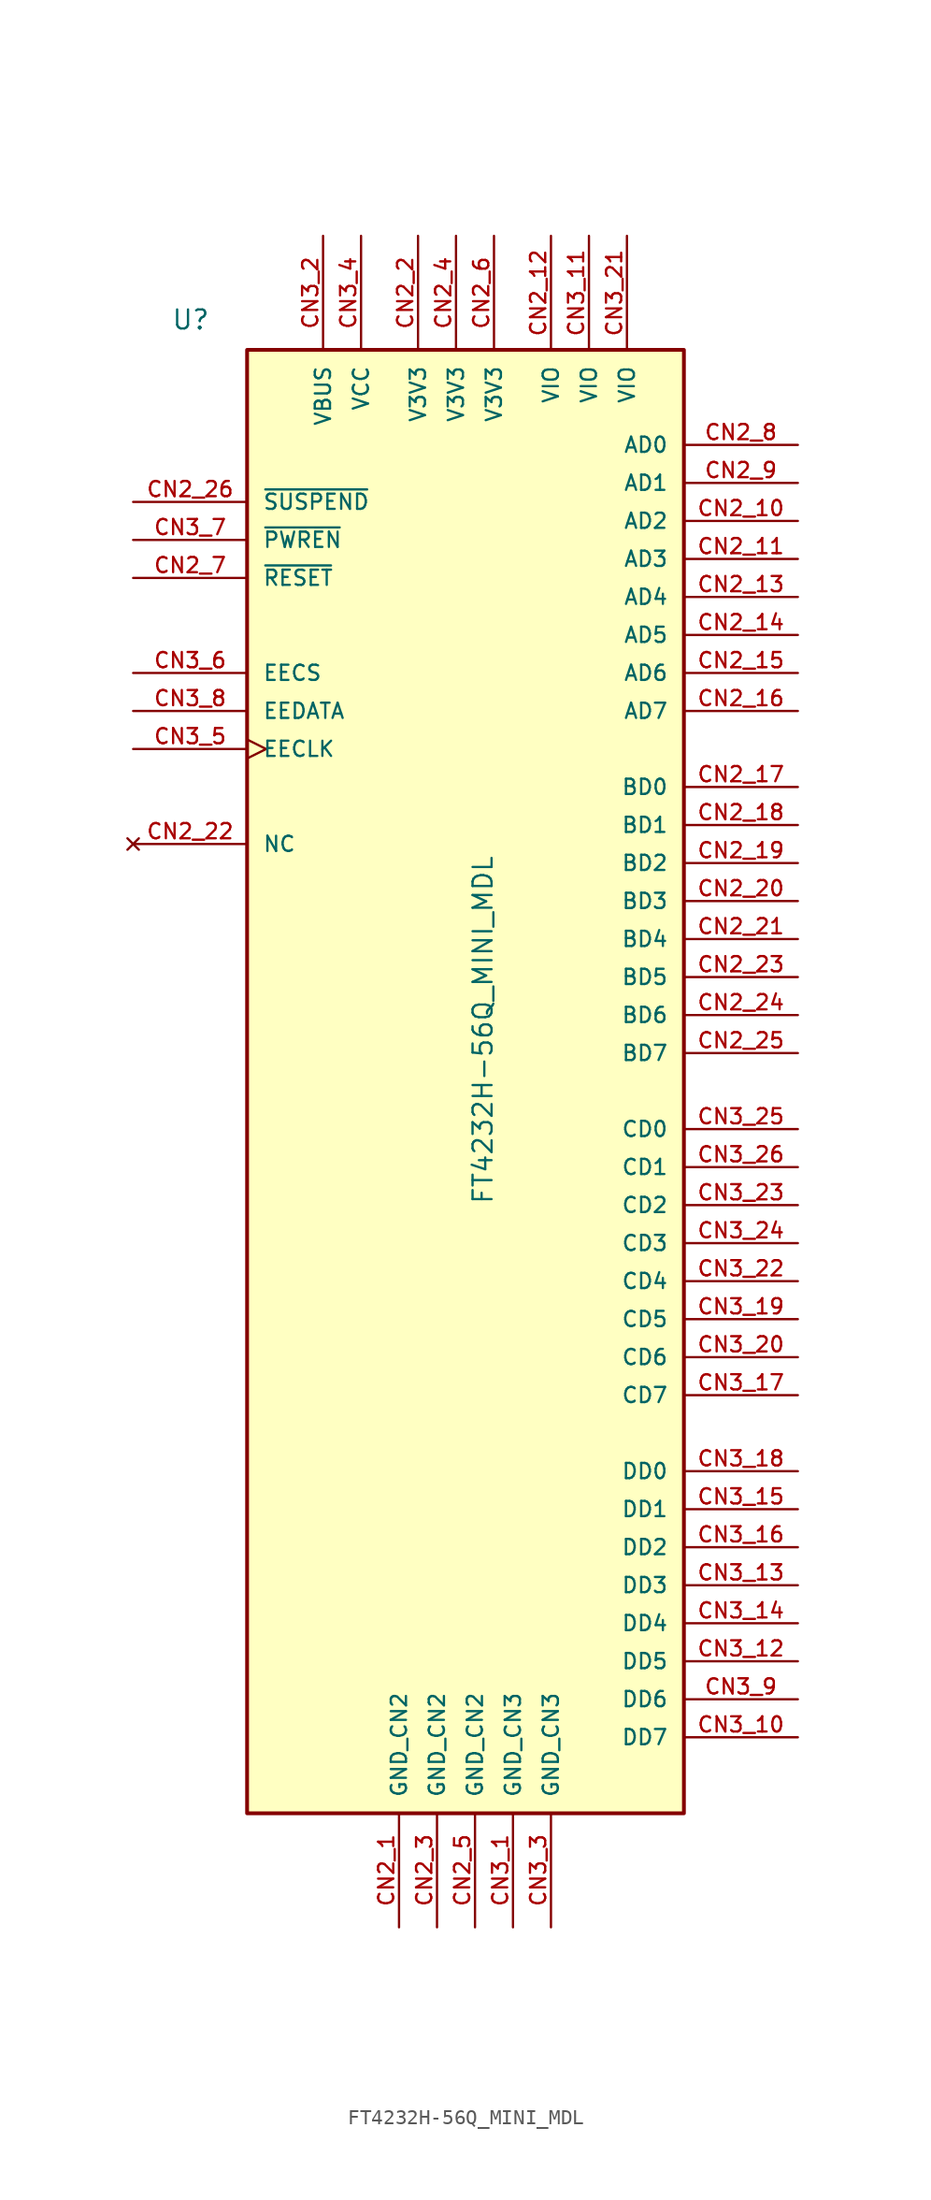
<source format=kicad_sym>
(kicad_symbol_lib
  (version 20211014)
  (generator kicad_symbol_editor)
  (symbol "FT4232H-56Q_MINI_MDL"
    (pin_names
      (offset 1.016))
    (property "Reference" "U"
      (at -21.59 21.59 0)
      (effects (font (size 1.27 1.27)) (justify left bottom)))
    (property "Value" "FT4232H-56Q_MINI_MDL"
      (at 0 -36.83 90)
      (effects (font (size 1.27 1.27)) (justify left bottom)))
    (symbol "FT4232H-56Q_MINI_MDL_1_0"
      (rectangle (start -16.51 20.32) (end 12.7 -77.47) (stroke (width 0.254) (type default) (color 0 0 0 0)) (fill (type background)))
      (pin power_out line (at -6.35 -85.09 90) (length 7.62) (name "GND_CN2" (effects (font (size 1.016 1.016)))) (number "CN2_1" (effects (font (size 1.016 1.016)))))
      (pin bidirectional line (at 20.32 8.89 180) (length 7.62) (name "AD2" (effects (font (size 1.016 1.016)))) (number "CN2_10" (effects (font (size 1.016 1.016)))))
      (pin bidirectional line (at 20.32 6.35 180) (length 7.62) (name "AD3" (effects (font (size 1.016 1.016)))) (number "CN2_11" (effects (font (size 1.016 1.016)))))
      (pin power_out line (at 3.81 27.94 270) (length 7.62) (name "VIO" (effects (font (size 1.016 1.016)))) (number "CN2_12" (effects (font (size 1.016 1.016)))))
      (pin bidirectional line (at 20.32 3.81 180) (length 7.62) (name "AD4" (effects (font (size 1.016 1.016)))) (number "CN2_13" (effects (font (size 1.016 1.016)))))
      (pin bidirectional line (at 20.32 1.27 180) (length 7.62) (name "AD5" (effects (font (size 1.016 1.016)))) (number "CN2_14" (effects (font (size 1.016 1.016)))))
      (pin bidirectional line (at 20.32 -1.27 180) (length 7.62) (name "AD6" (effects (font (size 1.016 1.016)))) (number "CN2_15" (effects (font (size 1.016 1.016)))))
      (pin bidirectional line (at 20.32 -3.81 180) (length 7.62) (name "AD7" (effects (font (size 1.016 1.016)))) (number "CN2_16" (effects (font (size 1.016 1.016)))))
      (pin bidirectional line (at 20.32 -8.89 180) (length 7.62) (name "BD0" (effects (font (size 1.016 1.016)))) (number "CN2_17" (effects (font (size 1.016 1.016)))))
      (pin bidirectional line (at 20.32 -11.43 180) (length 7.62) (name "BD1" (effects (font (size 1.016 1.016)))) (number "CN2_18" (effects (font (size 1.016 1.016)))))
      (pin bidirectional line (at 20.32 -13.97 180) (length 7.62) (name "BD2" (effects (font (size 1.016 1.016)))) (number "CN2_19" (effects (font (size 1.016 1.016)))))
      (pin power_out line (at -5.08 27.94 270) (length 7.62) (name "V3V3" (effects (font (size 1.016 1.016)))) (number "CN2_2" (effects (font (size 1.016 1.016)))))
      (pin bidirectional line (at 20.32 -16.51 180) (length 7.62) (name "BD3" (effects (font (size 1.016 1.016)))) (number "CN2_20" (effects (font (size 1.016 1.016)))))
      (pin bidirectional line (at 20.32 -19.05 180) (length 7.62) (name "BD4" (effects (font (size 1.016 1.016)))) (number "CN2_21" (effects (font (size 1.016 1.016)))))
      (pin no_connect line (at -24.13 -12.7 0) (length 7.62) (name "NC" (effects (font (size 1.016 1.016)))) (number "CN2_22" (effects (font (size 1.016 1.016)))))
      (pin bidirectional line (at 20.32 -21.59 180) (length 7.62) (name "BD5" (effects (font (size 1.016 1.016)))) (number "CN2_23" (effects (font (size 1.016 1.016)))))
      (pin bidirectional line (at 20.32 -24.13 180) (length 7.62) (name "BD6" (effects (font (size 1.016 1.016)))) (number "CN2_24" (effects (font (size 1.016 1.016)))))
      (pin bidirectional line (at 20.32 -26.67 180) (length 7.62) (name "BD7" (effects (font (size 1.016 1.016)))) (number "CN2_25" (effects (font (size 1.016 1.016)))))
      (pin output line (at -24.13 10.16 0) (length 7.62) (name "~{SUSPEND}" (effects (font (size 1.016 1.016)))) (number "CN2_26" (effects (font (size 1.016 1.016)))))
      (pin passive line (at -3.81 -85.09 90) (length 7.62) (name "GND_CN2" (effects (font (size 1.016 1.016)))) (number "CN2_3" (effects (font (size 1.016 1.016)))))
      (pin passive line (at -2.54 27.94 270) (length 7.62) (name "V3V3" (effects (font (size 1.016 1.016)))) (number "CN2_4" (effects (font (size 1.016 1.016)))))
      (pin passive line (at -1.27 -85.09 90) (length 7.62) (name "GND_CN2" (effects (font (size 1.016 1.016)))) (number "CN2_5" (effects (font (size 1.016 1.016)))))
      (pin passive line (at 0 27.94 270) (length 7.62) (name "V3V3" (effects (font (size 1.016 1.016)))) (number "CN2_6" (effects (font (size 1.016 1.016)))))
      (pin input line (at -24.13 5.08 0) (length 7.62) (name "~{RESET}" (effects (font (size 1.016 1.016)))) (number "CN2_7" (effects (font (size 1.016 1.016)))))
      (pin bidirectional line (at 20.32 13.97 180) (length 7.62) (name "AD0" (effects (font (size 1.016 1.016)))) (number "CN2_8" (effects (font (size 1.016 1.016)))))
      (pin bidirectional line (at 20.32 11.43 180) (length 7.62) (name "AD1" (effects (font (size 1.016 1.016)))) (number "CN2_9" (effects (font (size 1.016 1.016)))))
      (pin passive line (at 1.27 -85.09 90) (length 7.62) (name "GND_CN3" (effects (font (size 1.016 1.016)))) (number "CN3_1" (effects (font (size 1.016 1.016)))))
      (pin bidirectional line (at 20.32 -72.39 180) (length 7.62) (name "DD7" (effects (font (size 1.016 1.016)))) (number "CN3_10" (effects (font (size 1.016 1.016)))))
      (pin passive line (at 6.35 27.94 270) (length 7.62) (name "VIO" (effects (font (size 1.016 1.016)))) (number "CN3_11" (effects (font (size 1.016 1.016)))))
      (pin bidirectional line (at 20.32 -67.31 180) (length 7.62) (name "DD5" (effects (font (size 1.016 1.016)))) (number "CN3_12" (effects (font (size 1.016 1.016)))))
      (pin bidirectional line (at 20.32 -62.23 180) (length 7.62) (name "DD3" (effects (font (size 1.016 1.016)))) (number "CN3_13" (effects (font (size 1.016 1.016)))))
      (pin bidirectional line (at 20.32 -64.77 180) (length 7.62) (name "DD4" (effects (font (size 1.016 1.016)))) (number "CN3_14" (effects (font (size 1.016 1.016)))))
      (pin bidirectional line (at 20.32 -57.15 180) (length 7.62) (name "DD1" (effects (font (size 1.016 1.016)))) (number "CN3_15" (effects (font (size 1.016 1.016)))))
      (pin bidirectional line (at 20.32 -59.69 180) (length 7.62) (name "DD2" (effects (font (size 1.016 1.016)))) (number "CN3_16" (effects (font (size 1.016 1.016)))))
      (pin bidirectional line (at 20.32 -49.53 180) (length 7.62) (name "CD7" (effects (font (size 1.016 1.016)))) (number "CN3_17" (effects (font (size 1.016 1.016)))))
      (pin bidirectional line (at 20.32 -54.61 180) (length 7.62) (name "DD0" (effects (font (size 1.016 1.016)))) (number "CN3_18" (effects (font (size 1.016 1.016)))))
      (pin bidirectional line (at 20.32 -44.45 180) (length 7.62) (name "CD5" (effects (font (size 1.016 1.016)))) (number "CN3_19" (effects (font (size 1.016 1.016)))))
      (pin power_out line (at -11.43 27.94 270) (length 7.62) (name "VBUS" (effects (font (size 1.016 1.016)))) (number "CN3_2" (effects (font (size 1.016 1.016)))))
      (pin bidirectional line (at 20.32 -46.99 180) (length 7.62) (name "CD6" (effects (font (size 1.016 1.016)))) (number "CN3_20" (effects (font (size 1.016 1.016)))))
      (pin passive line (at 8.89 27.94 270) (length 7.62) (name "VIO" (effects (font (size 1.016 1.016)))) (number "CN3_21" (effects (font (size 1.016 1.016)))))
      (pin bidirectional line (at 20.32 -41.91 180) (length 7.62) (name "CD4" (effects (font (size 1.016 1.016)))) (number "CN3_22" (effects (font (size 1.016 1.016)))))
      (pin bidirectional line (at 20.32 -36.83 180) (length 7.62) (name "CD2" (effects (font (size 1.016 1.016)))) (number "CN3_23" (effects (font (size 1.016 1.016)))))
      (pin bidirectional line (at 20.32 -39.37 180) (length 7.62) (name "CD3" (effects (font (size 1.016 1.016)))) (number "CN3_24" (effects (font (size 1.016 1.016)))))
      (pin bidirectional line (at 20.32 -31.75 180) (length 7.62) (name "CD0" (effects (font (size 1.016 1.016)))) (number "CN3_25" (effects (font (size 1.016 1.016)))))
      (pin bidirectional line (at 20.32 -34.29 180) (length 7.62) (name "CD1" (effects (font (size 1.016 1.016)))) (number "CN3_26" (effects (font (size 1.016 1.016)))))
      (pin passive line (at 3.81 -85.09 90) (length 7.62) (name "GND_CN3" (effects (font (size 1.016 1.016)))) (number "CN3_3" (effects (font (size 1.016 1.016)))))
      (pin power_out line (at -8.89 27.94 270) (length 7.62) (name "VCC" (effects (font (size 1.016 1.016)))) (number "CN3_4" (effects (font (size 1.016 1.016)))))
      (pin output clock (at -24.13 -6.35 0) (length 7.62) (name "EECLK" (effects (font (size 1.016 1.016)))) (number "CN3_5" (effects (font (size 1.016 1.016)))))
      (pin output line (at -24.13 -1.27 0) (length 7.62) (name "EECS" (effects (font (size 1.016 1.016)))) (number "CN3_6" (effects (font (size 1.016 1.016)))))
      (pin output line (at -24.13 7.62 0) (length 7.62) (name "~{PWREN}" (effects (font (size 1.016 1.016)))) (number "CN3_7" (effects (font (size 1.016 1.016)))))
      (pin tri_state line (at -24.13 -3.81 0) (length 7.62) (name "EEDATA" (effects (font (size 1.016 1.016)))) (number "CN3_8" (effects (font (size 1.016 1.016)))))
      (pin bidirectional line (at 20.32 -69.85 180) (length 7.62) (name "DD6" (effects (font (size 1.016 1.016)))) (number "CN3_9" (effects (font (size 1.016 1.016))))))))
</source>
